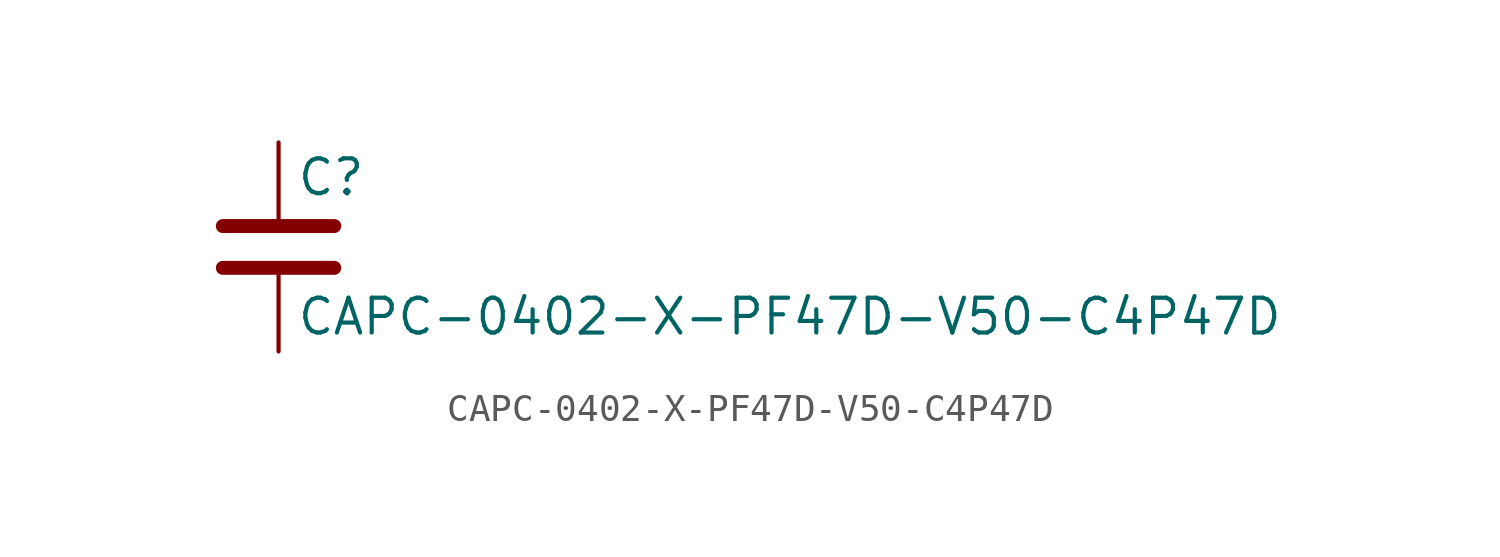
<source format=kicad_sym>
(kicad_symbol_lib
  (version 20211014)
  (generator kicad_symbol_editor)
  (symbol "CAPC-0402-X-PF47D-V50-C4P47D"
    (pin_numbers hide)
    (pin_names
      (offset 0.254))
    (property "Reference" "C"
      (at 0.635 2.54 0)
      (effects (font (size 1.27 1.27)) (justify left)))
    (property "Value" "CAPC-0402-X-PF47D-V50-C4P47D"
      (at 0.635 -2.54 0)
      (effects (font (size 1.27 1.27)) (justify left)))
    (symbol "CAPC-0402-X-PF47D-V50-C4P47D_0_1"
      (polyline (pts (xy -2.032 -0.762) (xy 2.032 -0.762)) (stroke (width 0.508) (type default) (color 0 0 0 0)) (fill (type none)))
      (polyline (pts (xy -2.032 0.762) (xy 2.032 0.762)) (stroke (width 0.508) (type default) (color 0 0 0 0)) (fill (type none))))
    (symbol "CAPC-0402-X-PF47D-V50-C4P47D_1_1"
      (pin passive line (at 0 3.81 270) (length 2.794) (name "~" (effects (font (size 1.27 1.27)))) (number "1" (effects (font (size 1.27 1.27)))))
      (pin passive line (at 0 -3.81 90) (length 2.794) (name "~" (effects (font (size 1.27 1.27)))) (number "2" (effects (font (size 1.27 1.27))))))))
</source>
